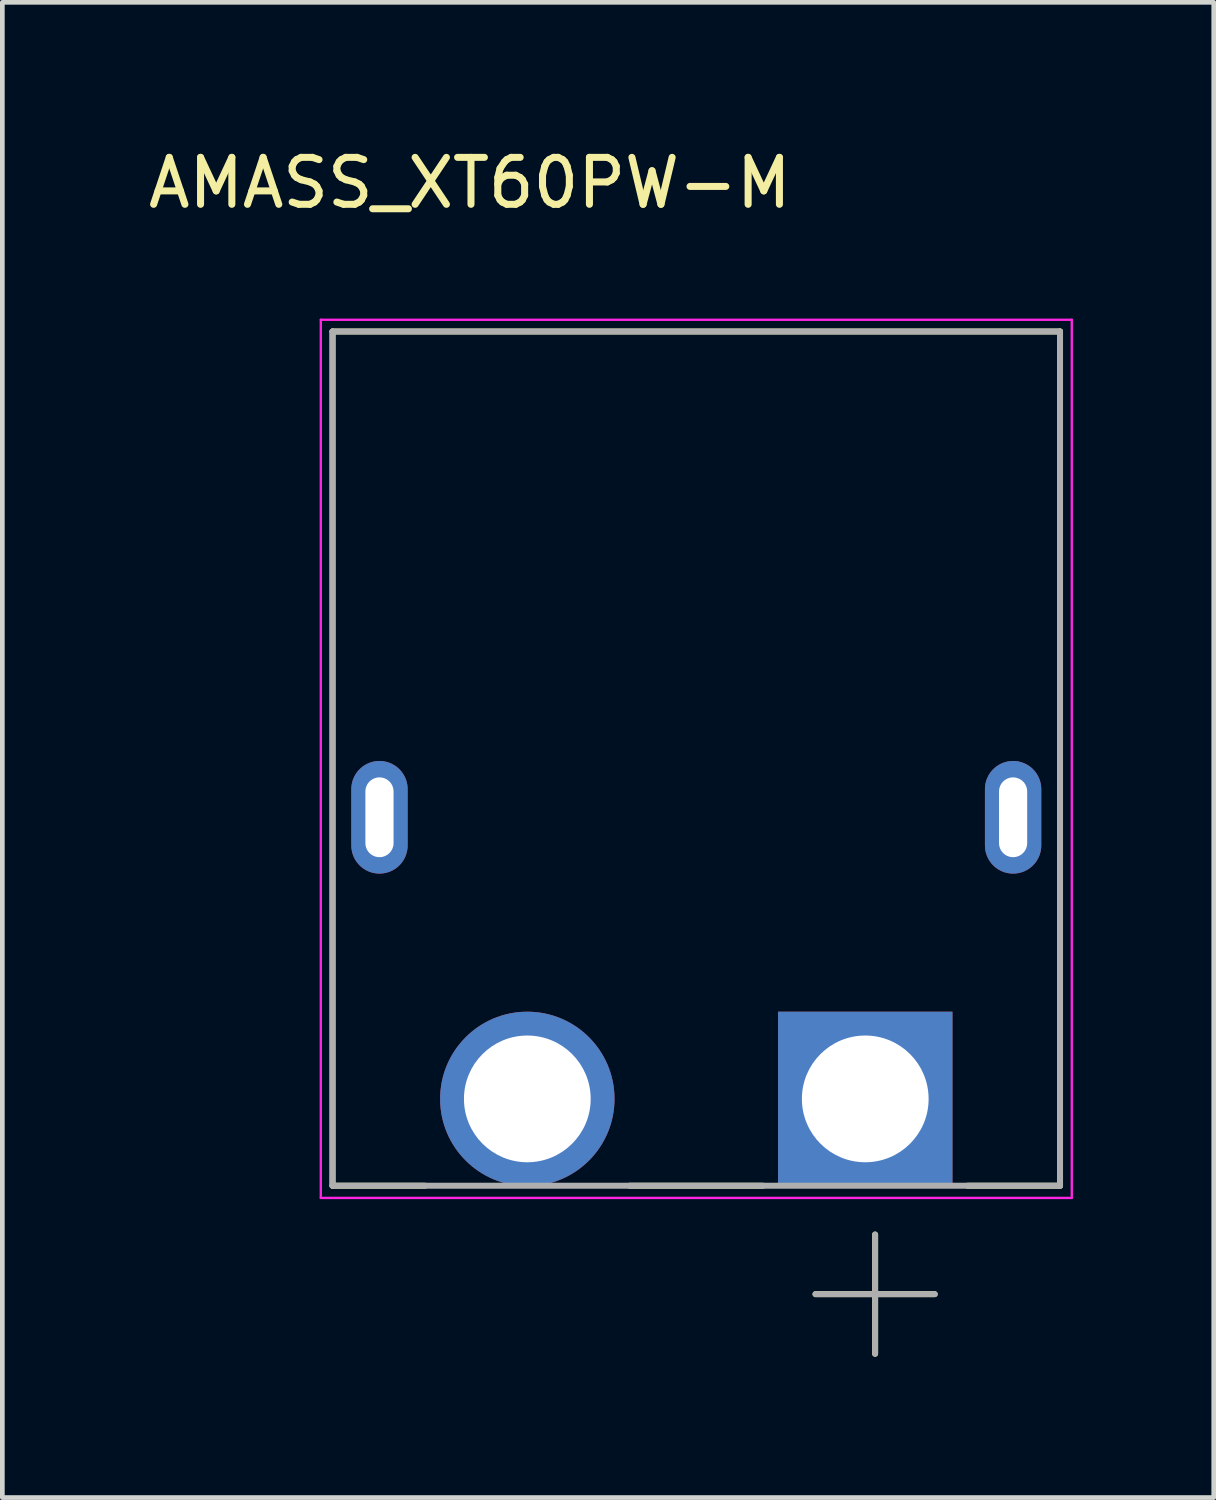
<source format=kicad_pcb>
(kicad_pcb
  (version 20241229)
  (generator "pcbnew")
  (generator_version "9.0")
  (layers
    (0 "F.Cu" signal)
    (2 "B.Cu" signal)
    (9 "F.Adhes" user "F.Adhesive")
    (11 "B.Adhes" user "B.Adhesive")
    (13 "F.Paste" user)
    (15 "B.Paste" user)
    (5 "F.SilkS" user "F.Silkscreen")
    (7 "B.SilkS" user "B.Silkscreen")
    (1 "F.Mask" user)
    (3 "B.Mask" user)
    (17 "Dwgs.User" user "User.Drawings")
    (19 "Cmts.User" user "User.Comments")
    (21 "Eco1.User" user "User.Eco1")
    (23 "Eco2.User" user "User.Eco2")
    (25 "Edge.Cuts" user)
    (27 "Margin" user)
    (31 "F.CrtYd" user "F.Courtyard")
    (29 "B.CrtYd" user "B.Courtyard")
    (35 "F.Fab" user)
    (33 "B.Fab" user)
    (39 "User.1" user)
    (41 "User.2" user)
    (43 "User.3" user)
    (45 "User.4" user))
  (footprint "AMASS_XT60PW-M"
    (layer "F.Cu")
    (at 11.785 14.363)
    (property "Reference" "AMASS_XT60PW-M" (at -4.824 -13.515 0) (layer "F.SilkS") (effects (font (size 1 1) (thickness 0.15))))
    (attr through_hole)
    (fp_line (start -7.75 -10.35) (end -7.75 7.85) (stroke (width 0.127) (type solid)) (layer "F.SilkS"))
    (fp_line (start -7.75 7.85) (end -5.778 7.85) (stroke (width 0.127) (type solid)) (layer "F.SilkS"))
    (fp_line (start -1.422 7.85) (end 1.422 7.85) (stroke (width 0.127) (type solid)) (layer "F.SilkS"))
    (fp_line (start 2.54 10.16) (end 3.81 10.16) (stroke (width 0.127) (type solid)) (layer "F.SilkS"))
    (fp_line (start 3.81 10.16) (end 3.81 8.89) (stroke (width 0.127) (type solid)) (layer "F.SilkS"))
    (fp_line (start 3.81 10.16) (end 3.81 11.43) (stroke (width 0.127) (type solid)) (layer "F.SilkS"))
    (fp_line (start 5.08 10.16) (end 3.81 10.16) (stroke (width 0.127) (type solid)) (layer "F.SilkS"))
    (fp_line (start 7.75 -10.35) (end -7.75 -10.35) (stroke (width 0.127) (type solid)) (layer "F.SilkS"))
    (fp_line (start 7.75 7.85) (end 5.778 7.85) (stroke (width 0.127) (type solid)) (layer "F.SilkS"))
    (fp_line (start 7.75 7.85) (end 7.75 -10.35) (stroke (width 0.127) (type solid)) (layer "F.SilkS"))
    (fp_line (start -8 -10.6) (end -8 8.11) (stroke (width 0.05) (type solid)) (layer "F.CrtYd"))
    (fp_line (start -8 8.11) (end 8 8.11) (stroke (width 0.05) (type solid)) (layer "F.CrtYd"))
    (fp_line (start 8 -10.6) (end -8 -10.6) (stroke (width 0.05) (type solid)) (layer "F.CrtYd"))
    (fp_line (start 8 8.11) (end 8 -10.6) (stroke (width 0.05) (type solid)) (layer "F.CrtYd"))
    (fp_line (start -7.75 -10.35) (end -7.75 7.85) (stroke (width 0.127) (type solid)) (layer "F.Fab"))
    (fp_line (start -7.75 7.85) (end 7.75 7.85) (stroke (width 0.127) (type solid)) (layer "F.Fab"))
    (fp_line (start 2.54 10.16) (end 3.81 10.16) (stroke (width 0.127) (type solid)) (layer "F.Fab"))
    (fp_line (start 3.81 10.16) (end 3.81 8.89) (stroke (width 0.127) (type solid)) (layer "F.Fab"))
    (fp_line (start 3.81 10.16) (end 3.81 11.43) (stroke (width 0.127) (type solid)) (layer "F.Fab"))
    (fp_line (start 5.08 10.16) (end 3.81 10.16) (stroke (width 0.127) (type solid)) (layer "F.Fab"))
    (fp_line (start 7.75 -10.35) (end -7.75 -10.35) (stroke (width 0.127) (type solid)) (layer "F.Fab"))
    (fp_line (start 7.75 7.85) (end 7.75 -10.35) (stroke (width 0.127) (type solid)) (layer "F.Fab"))
    (pad "1" thru_hole rect (at 3.6 6) (size 3.716 3.716) (drill 2.7) (layers "*.Cu" "*.Mask"))
    (pad "2" thru_hole circle (at -3.6 6) (size 3.716 3.716) (drill 2.7) (layers "*.Cu" "*.Mask"))
    (pad "S1" thru_hole oval (at 6.75 0) (size 1.2 2.4) (drill oval 0.6 1.7) (layers "*.Cu" "*.Mask"))
    (pad "S2" thru_hole oval (at -6.75 0) (size 1.2 2.4) (drill oval 0.6 1.7) (layers "*.Cu" "*.Mask")))
  (gr_rect
    (start -3 -3)
    (end 22.81 28.857)
    (stroke (width 0.1) (type default))
    (fill no)
    (layer "Edge.Cuts")))
</source>
